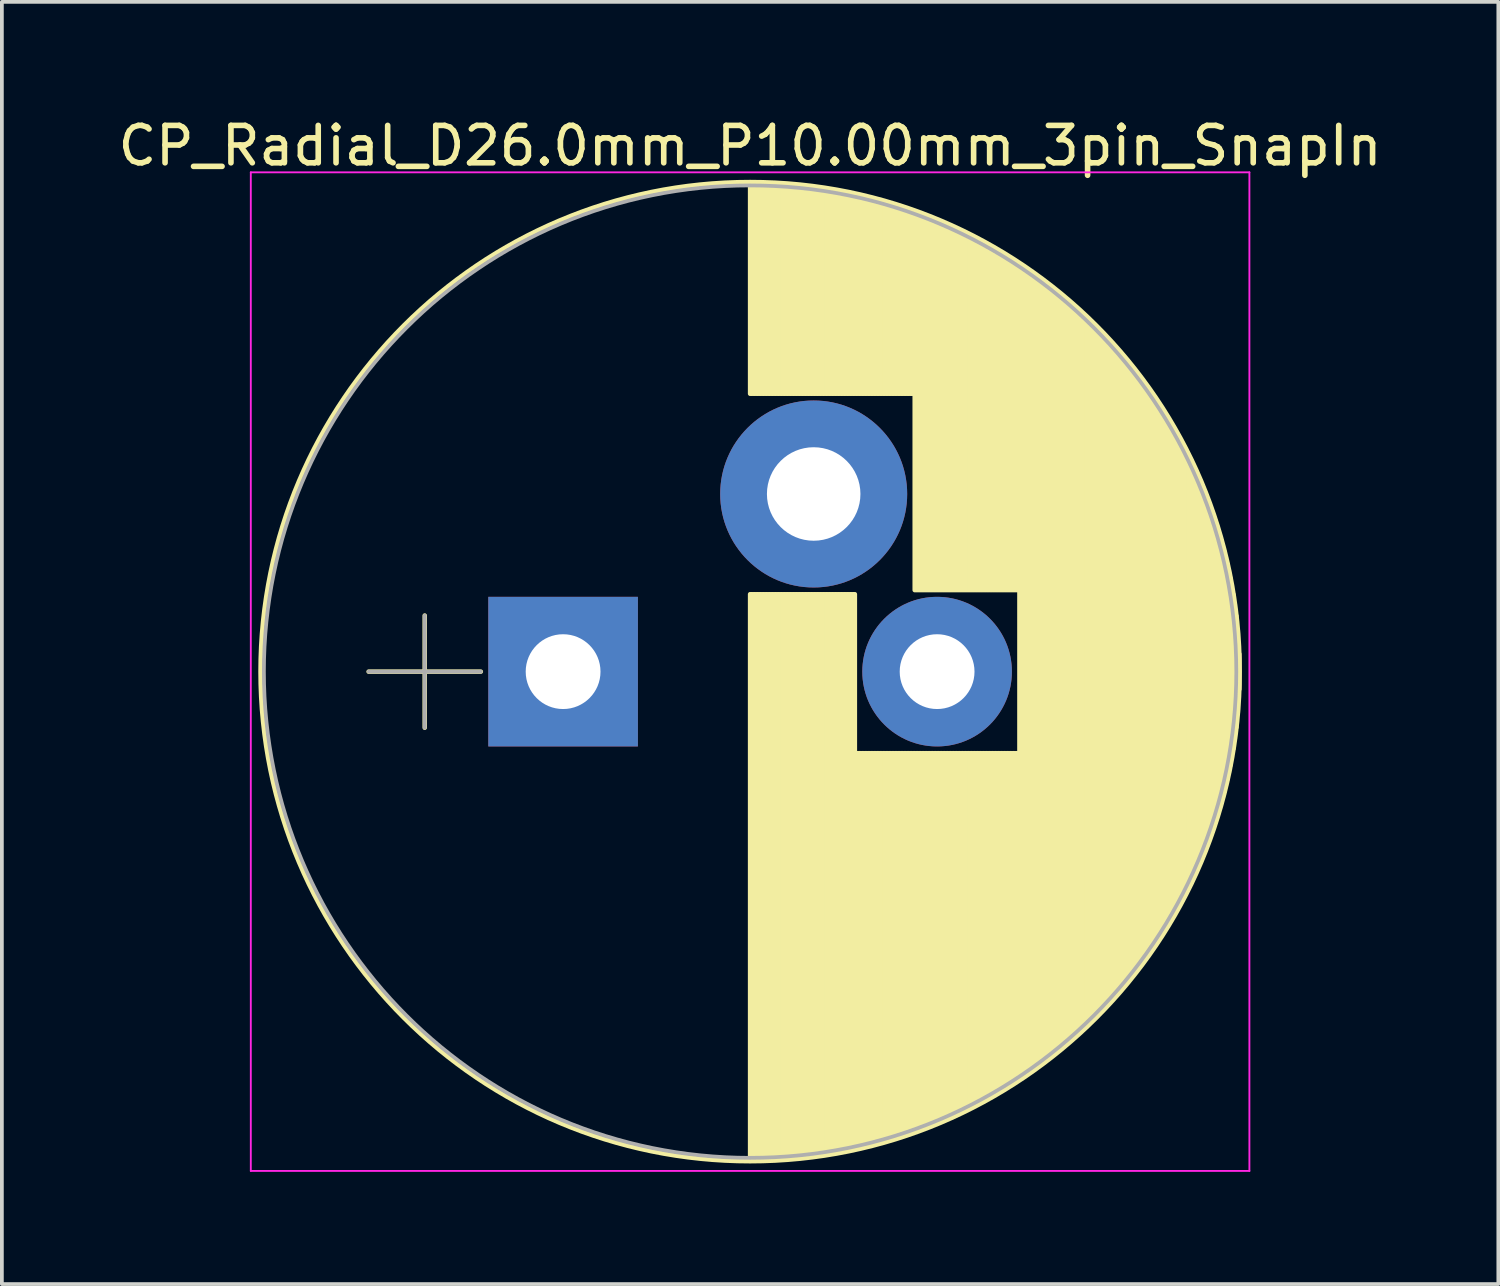
<source format=kicad_pcb>
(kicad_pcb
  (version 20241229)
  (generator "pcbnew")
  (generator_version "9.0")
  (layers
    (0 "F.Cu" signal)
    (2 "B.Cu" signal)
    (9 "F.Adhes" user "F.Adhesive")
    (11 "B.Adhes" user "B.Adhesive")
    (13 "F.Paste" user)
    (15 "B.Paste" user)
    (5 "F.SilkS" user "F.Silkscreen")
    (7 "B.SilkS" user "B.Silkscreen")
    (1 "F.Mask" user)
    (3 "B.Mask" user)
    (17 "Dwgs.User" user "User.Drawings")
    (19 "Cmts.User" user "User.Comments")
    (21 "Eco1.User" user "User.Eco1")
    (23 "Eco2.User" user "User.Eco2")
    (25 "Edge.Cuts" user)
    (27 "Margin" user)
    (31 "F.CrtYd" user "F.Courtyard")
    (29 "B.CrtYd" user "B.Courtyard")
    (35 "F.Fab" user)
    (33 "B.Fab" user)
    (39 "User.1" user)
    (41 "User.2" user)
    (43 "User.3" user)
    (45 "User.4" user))
  (footprint "CP_Radial_D26.0mm_P10.00mm_3pin_SnapIn"
    (layer "F.Cu")
    (at 12.006 14.908)
    (property "Reference" "CP_Radial_D26.0mm_P10.00mm_3pin_SnapIn" (at 5 -14.06 0) (layer "F.SilkS") (effects (font (size 1 1) (thickness 0.15))))
    (attr through_hole)
    (fp_line (start -5.2 0) (end -2.2 0) (stroke (width 0.12) (type solid)) (layer "F.SilkS"))
    (fp_line (start -3.7 -1.5) (end -3.7 1.5) (stroke (width 0.12) (type solid)) (layer "F.SilkS"))
    (fp_line (start 5 -13.05) (end 5 -7.43) (stroke (width 0.12) (type solid)) (layer "F.SilkS"))
    (fp_line (start 5 -2.07) (end 5 13.05) (stroke (width 0.12) (type solid)) (layer "F.SilkS"))
    (fp_line (start 5.04 -13.05) (end 5.04 -7.43) (stroke (width 0.12) (type solid)) (layer "F.SilkS"))
    (fp_line (start 5.04 -2.07) (end 5.04 13.05) (stroke (width 0.12) (type solid)) (layer "F.SilkS"))
    (fp_line (start 5.08 -13.05) (end 5.08 -7.43) (stroke (width 0.12) (type solid)) (layer "F.SilkS"))
    (fp_line (start 5.08 -2.07) (end 5.08 13.05) (stroke (width 0.12) (type solid)) (layer "F.SilkS"))
    (fp_line (start 5.12 -13.05) (end 5.12 -7.43) (stroke (width 0.12) (type solid)) (layer "F.SilkS"))
    (fp_line (start 5.12 -2.07) (end 5.12 13.05) (stroke (width 0.12) (type solid)) (layer "F.SilkS"))
    (fp_line (start 5.16 -13.05) (end 5.16 -7.43) (stroke (width 0.12) (type solid)) (layer "F.SilkS"))
    (fp_line (start 5.16 -2.07) (end 5.16 13.05) (stroke (width 0.12) (type solid)) (layer "F.SilkS"))
    (fp_line (start 5.2 -13.049) (end 5.2 -7.43) (stroke (width 0.12) (type solid)) (layer "F.SilkS"))
    (fp_line (start 5.2 -2.07) (end 5.2 13.049) (stroke (width 0.12) (type solid)) (layer "F.SilkS"))
    (fp_line (start 5.24 -13.048) (end 5.24 -7.43) (stroke (width 0.12) (type solid)) (layer "F.SilkS"))
    (fp_line (start 5.24 -2.07) (end 5.24 13.048) (stroke (width 0.12) (type solid)) (layer "F.SilkS"))
    (fp_line (start 5.28 -13.048) (end 5.28 -7.43) (stroke (width 0.12) (type solid)) (layer "F.SilkS"))
    (fp_line (start 5.28 -2.07) (end 5.28 13.048) (stroke (width 0.12) (type solid)) (layer "F.SilkS"))
    (fp_line (start 5.32 -13.047) (end 5.32 -7.43) (stroke (width 0.12) (type solid)) (layer "F.SilkS"))
    (fp_line (start 5.32 -2.07) (end 5.32 13.047) (stroke (width 0.12) (type solid)) (layer "F.SilkS"))
    (fp_line (start 5.36 -13.046) (end 5.36 -7.43) (stroke (width 0.12) (type solid)) (layer "F.SilkS"))
    (fp_line (start 5.36 -2.07) (end 5.36 13.046) (stroke (width 0.12) (type solid)) (layer "F.SilkS"))
    (fp_line (start 5.4 -13.044) (end 5.4 -7.43) (stroke (width 0.12) (type solid)) (layer "F.SilkS"))
    (fp_line (start 5.4 -2.07) (end 5.4 13.044) (stroke (width 0.12) (type solid)) (layer "F.SilkS"))
    (fp_line (start 5.44 -13.043) (end 5.44 -7.43) (stroke (width 0.12) (type solid)) (layer "F.SilkS"))
    (fp_line (start 5.44 -2.07) (end 5.44 13.043) (stroke (width 0.12) (type solid)) (layer "F.SilkS"))
    (fp_line (start 5.48 -13.042) (end 5.48 -7.43) (stroke (width 0.12) (type solid)) (layer "F.SilkS"))
    (fp_line (start 5.48 -2.07) (end 5.48 13.042) (stroke (width 0.12) (type solid)) (layer "F.SilkS"))
    (fp_line (start 5.52 -13.04) (end 5.52 -7.43) (stroke (width 0.12) (type solid)) (layer "F.SilkS"))
    (fp_line (start 5.52 -2.07) (end 5.52 13.04) (stroke (width 0.12) (type solid)) (layer "F.SilkS"))
    (fp_line (start 5.56 -13.039) (end 5.56 -7.43) (stroke (width 0.12) (type solid)) (layer "F.SilkS"))
    (fp_line (start 5.56 -2.07) (end 5.56 13.039) (stroke (width 0.12) (type solid)) (layer "F.SilkS"))
    (fp_line (start 5.6 -13.037) (end 5.6 -7.43) (stroke (width 0.12) (type solid)) (layer "F.SilkS"))
    (fp_line (start 5.6 -2.07) (end 5.6 13.037) (stroke (width 0.12) (type solid)) (layer "F.SilkS"))
    (fp_line (start 5.64 -13.035) (end 5.64 -7.43) (stroke (width 0.12) (type solid)) (layer "F.SilkS"))
    (fp_line (start 5.64 -2.07) (end 5.64 13.035) (stroke (width 0.12) (type solid)) (layer "F.SilkS"))
    (fp_line (start 5.68 -13.033) (end 5.68 -7.43) (stroke (width 0.12) (type solid)) (layer "F.SilkS"))
    (fp_line (start 5.68 -2.07) (end 5.68 13.033) (stroke (width 0.12) (type solid)) (layer "F.SilkS"))
    (fp_line (start 5.721 -13.031) (end 5.721 -7.43) (stroke (width 0.12) (type solid)) (layer "F.SilkS"))
    (fp_line (start 5.721 -2.07) (end 5.721 13.031) (stroke (width 0.12) (type solid)) (layer "F.SilkS"))
    (fp_line (start 5.761 -13.028) (end 5.761 -7.43) (stroke (width 0.12) (type solid)) (layer "F.SilkS"))
    (fp_line (start 5.761 -2.07) (end 5.761 13.028) (stroke (width 0.12) (type solid)) (layer "F.SilkS"))
    (fp_line (start 5.801 -13.026) (end 5.801 -7.43) (stroke (width 0.12) (type solid)) (layer "F.SilkS"))
    (fp_line (start 5.801 -2.07) (end 5.801 13.026) (stroke (width 0.12) (type solid)) (layer "F.SilkS"))
    (fp_line (start 5.841 -13.024) (end 5.841 -7.43) (stroke (width 0.12) (type solid)) (layer "F.SilkS"))
    (fp_line (start 5.841 -2.07) (end 5.841 13.024) (stroke (width 0.12) (type solid)) (layer "F.SilkS"))
    (fp_line (start 5.881 -13.021) (end 5.881 -7.43) (stroke (width 0.12) (type solid)) (layer "F.SilkS"))
    (fp_line (start 5.881 -2.07) (end 5.881 13.021) (stroke (width 0.12) (type solid)) (layer "F.SilkS"))
    (fp_line (start 5.921 -13.018) (end 5.921 -7.43) (stroke (width 0.12) (type solid)) (layer "F.SilkS"))
    (fp_line (start 5.921 -2.07) (end 5.921 13.018) (stroke (width 0.12) (type solid)) (layer "F.SilkS"))
    (fp_line (start 5.961 -13.015) (end 5.961 -7.43) (stroke (width 0.12) (type solid)) (layer "F.SilkS"))
    (fp_line (start 5.961 -2.07) (end 5.961 13.015) (stroke (width 0.12) (type solid)) (layer "F.SilkS"))
    (fp_line (start 6.001 -13.012) (end 6.001 -7.43) (stroke (width 0.12) (type solid)) (layer "F.SilkS"))
    (fp_line (start 6.001 -2.07) (end 6.001 13.012) (stroke (width 0.12) (type solid)) (layer "F.SilkS"))
    (fp_line (start 6.041 -13.009) (end 6.041 -7.43) (stroke (width 0.12) (type solid)) (layer "F.SilkS"))
    (fp_line (start 6.041 -2.07) (end 6.041 13.009) (stroke (width 0.12) (type solid)) (layer "F.SilkS"))
    (fp_line (start 6.081 -13.006) (end 6.081 -7.43) (stroke (width 0.12) (type solid)) (layer "F.SilkS"))
    (fp_line (start 6.081 -2.07) (end 6.081 13.006) (stroke (width 0.12) (type solid)) (layer "F.SilkS"))
    (fp_line (start 6.121 -13.002) (end 6.121 -7.43) (stroke (width 0.12) (type solid)) (layer "F.SilkS"))
    (fp_line (start 6.121 -2.07) (end 6.121 13.002) (stroke (width 0.12) (type solid)) (layer "F.SilkS"))
    (fp_line (start 6.161 -12.999) (end 6.161 -7.43) (stroke (width 0.12) (type solid)) (layer "F.SilkS"))
    (fp_line (start 6.161 -2.07) (end 6.161 12.999) (stroke (width 0.12) (type solid)) (layer "F.SilkS"))
    (fp_line (start 6.201 -12.995) (end 6.201 -7.43) (stroke (width 0.12) (type solid)) (layer "F.SilkS"))
    (fp_line (start 6.201 -2.07) (end 6.201 12.995) (stroke (width 0.12) (type solid)) (layer "F.SilkS"))
    (fp_line (start 6.241 -12.992) (end 6.241 -7.43) (stroke (width 0.12) (type solid)) (layer "F.SilkS"))
    (fp_line (start 6.241 -2.07) (end 6.241 12.992) (stroke (width 0.12) (type solid)) (layer "F.SilkS"))
    (fp_line (start 6.281 -12.988) (end 6.281 -7.43) (stroke (width 0.12) (type solid)) (layer "F.SilkS"))
    (fp_line (start 6.281 -2.07) (end 6.281 12.988) (stroke (width 0.12) (type solid)) (layer "F.SilkS"))
    (fp_line (start 6.321 -12.984) (end 6.321 -7.43) (stroke (width 0.12) (type solid)) (layer "F.SilkS"))
    (fp_line (start 6.321 -2.07) (end 6.321 12.984) (stroke (width 0.12) (type solid)) (layer "F.SilkS"))
    (fp_line (start 6.361 -12.98) (end 6.361 -7.43) (stroke (width 0.12) (type solid)) (layer "F.SilkS"))
    (fp_line (start 6.361 -2.07) (end 6.361 12.98) (stroke (width 0.12) (type solid)) (layer "F.SilkS"))
    (fp_line (start 6.401 -12.975) (end 6.401 -7.43) (stroke (width 0.12) (type solid)) (layer "F.SilkS"))
    (fp_line (start 6.401 -2.07) (end 6.401 12.975) (stroke (width 0.12) (type solid)) (layer "F.SilkS"))
    (fp_line (start 6.441 -12.971) (end 6.441 -7.43) (stroke (width 0.12) (type solid)) (layer "F.SilkS"))
    (fp_line (start 6.441 -2.07) (end 6.441 12.971) (stroke (width 0.12) (type solid)) (layer "F.SilkS"))
    (fp_line (start 6.481 -12.967) (end 6.481 -7.43) (stroke (width 0.12) (type solid)) (layer "F.SilkS"))
    (fp_line (start 6.481 -2.07) (end 6.481 12.967) (stroke (width 0.12) (type solid)) (layer "F.SilkS"))
    (fp_line (start 6.521 -12.962) (end 6.521 -7.43) (stroke (width 0.12) (type solid)) (layer "F.SilkS"))
    (fp_line (start 6.521 -2.07) (end 6.521 12.962) (stroke (width 0.12) (type solid)) (layer "F.SilkS"))
    (fp_line (start 6.561 -12.957) (end 6.561 -7.43) (stroke (width 0.12) (type solid)) (layer "F.SilkS"))
    (fp_line (start 6.561 -2.07) (end 6.561 12.957) (stroke (width 0.12) (type solid)) (layer "F.SilkS"))
    (fp_line (start 6.601 -12.952) (end 6.601 -7.43) (stroke (width 0.12) (type solid)) (layer "F.SilkS"))
    (fp_line (start 6.601 -2.07) (end 6.601 12.952) (stroke (width 0.12) (type solid)) (layer "F.SilkS"))
    (fp_line (start 6.641 -12.947) (end 6.641 -7.43) (stroke (width 0.12) (type solid)) (layer "F.SilkS"))
    (fp_line (start 6.641 -2.07) (end 6.641 12.947) (stroke (width 0.12) (type solid)) (layer "F.SilkS"))
    (fp_line (start 6.681 -12.942) (end 6.681 -7.43) (stroke (width 0.12) (type solid)) (layer "F.SilkS"))
    (fp_line (start 6.681 -2.07) (end 6.681 12.942) (stroke (width 0.12) (type solid)) (layer "F.SilkS"))
    (fp_line (start 6.721 -12.937) (end 6.721 -7.43) (stroke (width 0.12) (type solid)) (layer "F.SilkS"))
    (fp_line (start 6.721 -2.07) (end 6.721 12.937) (stroke (width 0.12) (type solid)) (layer "F.SilkS"))
    (fp_line (start 6.761 -12.932) (end 6.761 -7.43) (stroke (width 0.12) (type solid)) (layer "F.SilkS"))
    (fp_line (start 6.761 -2.07) (end 6.761 12.932) (stroke (width 0.12) (type solid)) (layer "F.SilkS"))
    (fp_line (start 6.801 -12.926) (end 6.801 -7.43) (stroke (width 0.12) (type solid)) (layer "F.SilkS"))
    (fp_line (start 6.801 -2.07) (end 6.801 12.926) (stroke (width 0.12) (type solid)) (layer "F.SilkS"))
    (fp_line (start 6.841 -12.921) (end 6.841 -7.43) (stroke (width 0.12) (type solid)) (layer "F.SilkS"))
    (fp_line (start 6.841 -2.07) (end 6.841 12.921) (stroke (width 0.12) (type solid)) (layer "F.SilkS"))
    (fp_line (start 6.881 -12.915) (end 6.881 -7.43) (stroke (width 0.12) (type solid)) (layer "F.SilkS"))
    (fp_line (start 6.881 -2.07) (end 6.881 12.915) (stroke (width 0.12) (type solid)) (layer "F.SilkS"))
    (fp_line (start 6.921 -12.909) (end 6.921 -7.43) (stroke (width 0.12) (type solid)) (layer "F.SilkS"))
    (fp_line (start 6.921 -2.07) (end 6.921 12.909) (stroke (width 0.12) (type solid)) (layer "F.SilkS"))
    (fp_line (start 6.961 -12.903) (end 6.961 -7.43) (stroke (width 0.12) (type solid)) (layer "F.SilkS"))
    (fp_line (start 6.961 -2.07) (end 6.961 12.903) (stroke (width 0.12) (type solid)) (layer "F.SilkS"))
    (fp_line (start 7.001 -12.897) (end 7.001 -7.43) (stroke (width 0.12) (type solid)) (layer "F.SilkS"))
    (fp_line (start 7.001 -2.07) (end 7.001 12.897) (stroke (width 0.12) (type solid)) (layer "F.SilkS"))
    (fp_line (start 7.041 -12.891) (end 7.041 -7.43) (stroke (width 0.12) (type solid)) (layer "F.SilkS"))
    (fp_line (start 7.041 -2.07) (end 7.041 12.891) (stroke (width 0.12) (type solid)) (layer "F.SilkS"))
    (fp_line (start 7.081 -12.884) (end 7.081 -7.43) (stroke (width 0.12) (type solid)) (layer "F.SilkS"))
    (fp_line (start 7.081 -2.07) (end 7.081 12.884) (stroke (width 0.12) (type solid)) (layer "F.SilkS"))
    (fp_line (start 7.121 -12.878) (end 7.121 -7.43) (stroke (width 0.12) (type solid)) (layer "F.SilkS"))
    (fp_line (start 7.121 -2.07) (end 7.121 12.878) (stroke (width 0.12) (type solid)) (layer "F.SilkS"))
    (fp_line (start 7.161 -12.871) (end 7.161 -7.43) (stroke (width 0.12) (type solid)) (layer "F.SilkS"))
    (fp_line (start 7.161 -2.07) (end 7.161 12.871) (stroke (width 0.12) (type solid)) (layer "F.SilkS"))
    (fp_line (start 7.201 -12.864) (end 7.201 -7.43) (stroke (width 0.12) (type solid)) (layer "F.SilkS"))
    (fp_line (start 7.201 -2.07) (end 7.201 12.864) (stroke (width 0.12) (type solid)) (layer "F.SilkS"))
    (fp_line (start 7.241 -12.857) (end 7.241 -7.43) (stroke (width 0.12) (type solid)) (layer "F.SilkS"))
    (fp_line (start 7.241 -2.07) (end 7.241 12.857) (stroke (width 0.12) (type solid)) (layer "F.SilkS"))
    (fp_line (start 7.281 -12.85) (end 7.281 -7.43) (stroke (width 0.12) (type solid)) (layer "F.SilkS"))
    (fp_line (start 7.281 -2.07) (end 7.281 12.85) (stroke (width 0.12) (type solid)) (layer "F.SilkS"))
    (fp_line (start 7.321 -12.843) (end 7.321 -7.43) (stroke (width 0.12) (type solid)) (layer "F.SilkS"))
    (fp_line (start 7.321 -2.07) (end 7.321 12.843) (stroke (width 0.12) (type solid)) (layer "F.SilkS"))
    (fp_line (start 7.361 -12.836) (end 7.361 -7.43) (stroke (width 0.12) (type solid)) (layer "F.SilkS"))
    (fp_line (start 7.361 -2.07) (end 7.361 12.836) (stroke (width 0.12) (type solid)) (layer "F.SilkS"))
    (fp_line (start 7.401 -12.829) (end 7.401 -7.43) (stroke (width 0.12) (type solid)) (layer "F.SilkS"))
    (fp_line (start 7.401 -2.07) (end 7.401 12.829) (stroke (width 0.12) (type solid)) (layer "F.SilkS"))
    (fp_line (start 7.441 -12.821) (end 7.441 -7.43) (stroke (width 0.12) (type solid)) (layer "F.SilkS"))
    (fp_line (start 7.441 -2.07) (end 7.441 12.821) (stroke (width 0.12) (type solid)) (layer "F.SilkS"))
    (fp_line (start 7.481 -12.813) (end 7.481 -7.43) (stroke (width 0.12) (type solid)) (layer "F.SilkS"))
    (fp_line (start 7.481 -2.07) (end 7.481 12.813) (stroke (width 0.12) (type solid)) (layer "F.SilkS"))
    (fp_line (start 7.521 -12.806) (end 7.521 -7.43) (stroke (width 0.12) (type solid)) (layer "F.SilkS"))
    (fp_line (start 7.521 -2.07) (end 7.521 12.806) (stroke (width 0.12) (type solid)) (layer "F.SilkS"))
    (fp_line (start 7.561 -12.798) (end 7.561 -7.43) (stroke (width 0.12) (type solid)) (layer "F.SilkS"))
    (fp_line (start 7.561 -2.07) (end 7.561 12.798) (stroke (width 0.12) (type solid)) (layer "F.SilkS"))
    (fp_line (start 7.601 -12.79) (end 7.601 -7.43) (stroke (width 0.12) (type solid)) (layer "F.SilkS"))
    (fp_line (start 7.601 -2.07) (end 7.601 12.79) (stroke (width 0.12) (type solid)) (layer "F.SilkS"))
    (fp_line (start 7.641 -12.782) (end 7.641 -7.43) (stroke (width 0.12) (type solid)) (layer "F.SilkS"))
    (fp_line (start 7.641 -2.07) (end 7.641 12.782) (stroke (width 0.12) (type solid)) (layer "F.SilkS"))
    (fp_line (start 7.681 -12.773) (end 7.681 -7.43) (stroke (width 0.12) (type solid)) (layer "F.SilkS"))
    (fp_line (start 7.681 -2.07) (end 7.681 12.773) (stroke (width 0.12) (type solid)) (layer "F.SilkS"))
    (fp_line (start 7.721 -12.765) (end 7.721 -7.43) (stroke (width 0.12) (type solid)) (layer "F.SilkS"))
    (fp_line (start 7.721 -2.07) (end 7.721 12.765) (stroke (width 0.12) (type solid)) (layer "F.SilkS"))
    (fp_line (start 7.761 -12.756) (end 7.761 -7.43) (stroke (width 0.12) (type solid)) (layer "F.SilkS"))
    (fp_line (start 7.761 -2.07) (end 7.761 12.756) (stroke (width 0.12) (type solid)) (layer "F.SilkS"))
    (fp_line (start 7.801 -12.748) (end 7.801 -7.43) (stroke (width 0.12) (type solid)) (layer "F.SilkS"))
    (fp_line (start 7.801 -2.07) (end 7.801 12.748) (stroke (width 0.12) (type solid)) (layer "F.SilkS"))
    (fp_line (start 7.841 -12.739) (end 7.841 -7.43) (stroke (width 0.12) (type solid)) (layer "F.SilkS"))
    (fp_line (start 7.841 2.18) (end 7.841 12.739) (stroke (width 0.12) (type solid)) (layer "F.SilkS"))
    (fp_line (start 7.881 -12.73) (end 7.881 -7.43) (stroke (width 0.12) (type solid)) (layer "F.SilkS"))
    (fp_line (start 7.881 2.18) (end 7.881 12.73) (stroke (width 0.12) (type solid)) (layer "F.SilkS"))
    (fp_line (start 7.921 -12.721) (end 7.921 -7.43) (stroke (width 0.12) (type solid)) (layer "F.SilkS"))
    (fp_line (start 7.921 2.18) (end 7.921 12.721) (stroke (width 0.12) (type solid)) (layer "F.SilkS"))
    (fp_line (start 7.961 -12.711) (end 7.961 -7.43) (stroke (width 0.12) (type solid)) (layer "F.SilkS"))
    (fp_line (start 7.961 2.18) (end 7.961 12.711) (stroke (width 0.12) (type solid)) (layer "F.SilkS"))
    (fp_line (start 8.001 -12.702) (end 8.001 -7.43) (stroke (width 0.12) (type solid)) (layer "F.SilkS"))
    (fp_line (start 8.001 2.18) (end 8.001 12.702) (stroke (width 0.12) (type solid)) (layer "F.SilkS"))
    (fp_line (start 8.041 -12.693) (end 8.041 -7.43) (stroke (width 0.12) (type solid)) (layer "F.SilkS"))
    (fp_line (start 8.041 2.18) (end 8.041 12.693) (stroke (width 0.12) (type solid)) (layer "F.SilkS"))
    (fp_line (start 8.081 -12.683) (end 8.081 -7.43) (stroke (width 0.12) (type solid)) (layer "F.SilkS"))
    (fp_line (start 8.081 2.18) (end 8.081 12.683) (stroke (width 0.12) (type solid)) (layer "F.SilkS"))
    (fp_line (start 8.121 -12.673) (end 8.121 -7.43) (stroke (width 0.12) (type solid)) (layer "F.SilkS"))
    (fp_line (start 8.121 2.18) (end 8.121 12.673) (stroke (width 0.12) (type solid)) (layer "F.SilkS"))
    (fp_line (start 8.161 -12.663) (end 8.161 -7.43) (stroke (width 0.12) (type solid)) (layer "F.SilkS"))
    (fp_line (start 8.161 2.18) (end 8.161 12.663) (stroke (width 0.12) (type solid)) (layer "F.SilkS"))
    (fp_line (start 8.201 -12.653) (end 8.201 -7.43) (stroke (width 0.12) (type solid)) (layer "F.SilkS"))
    (fp_line (start 8.201 2.18) (end 8.201 12.653) (stroke (width 0.12) (type solid)) (layer "F.SilkS"))
    (fp_line (start 8.241 -12.643) (end 8.241 -7.43) (stroke (width 0.12) (type solid)) (layer "F.SilkS"))
    (fp_line (start 8.241 2.18) (end 8.241 12.643) (stroke (width 0.12) (type solid)) (layer "F.SilkS"))
    (fp_line (start 8.281 -12.633) (end 8.281 -7.43) (stroke (width 0.12) (type solid)) (layer "F.SilkS"))
    (fp_line (start 8.281 2.18) (end 8.281 12.633) (stroke (width 0.12) (type solid)) (layer "F.SilkS"))
    (fp_line (start 8.321 -12.622) (end 8.321 -7.43) (stroke (width 0.12) (type solid)) (layer "F.SilkS"))
    (fp_line (start 8.321 2.18) (end 8.321 12.622) (stroke (width 0.12) (type solid)) (layer "F.SilkS"))
    (fp_line (start 8.361 -12.612) (end 8.361 -7.43) (stroke (width 0.12) (type solid)) (layer "F.SilkS"))
    (fp_line (start 8.361 2.18) (end 8.361 12.612) (stroke (width 0.12) (type solid)) (layer "F.SilkS"))
    (fp_line (start 8.401 -12.601) (end 8.401 -7.43) (stroke (width 0.12) (type solid)) (layer "F.SilkS"))
    (fp_line (start 8.401 2.18) (end 8.401 12.601) (stroke (width 0.12) (type solid)) (layer "F.SilkS"))
    (fp_line (start 8.441 -12.59) (end 8.441 -7.43) (stroke (width 0.12) (type solid)) (layer "F.SilkS"))
    (fp_line (start 8.441 2.18) (end 8.441 12.59) (stroke (width 0.12) (type solid)) (layer "F.SilkS"))
    (fp_line (start 8.481 -12.579) (end 8.481 -7.43) (stroke (width 0.12) (type solid)) (layer "F.SilkS"))
    (fp_line (start 8.481 2.18) (end 8.481 12.579) (stroke (width 0.12) (type solid)) (layer "F.SilkS"))
    (fp_line (start 8.521 -12.568) (end 8.521 -7.43) (stroke (width 0.12) (type solid)) (layer "F.SilkS"))
    (fp_line (start 8.521 2.18) (end 8.521 12.568) (stroke (width 0.12) (type solid)) (layer "F.SilkS"))
    (fp_line (start 8.561 -12.557) (end 8.561 -7.43) (stroke (width 0.12) (type solid)) (layer "F.SilkS"))
    (fp_line (start 8.561 2.18) (end 8.561 12.557) (stroke (width 0.12) (type solid)) (layer "F.SilkS"))
    (fp_line (start 8.601 -12.546) (end 8.601 -7.43) (stroke (width 0.12) (type solid)) (layer "F.SilkS"))
    (fp_line (start 8.601 2.18) (end 8.601 12.546) (stroke (width 0.12) (type solid)) (layer "F.SilkS"))
    (fp_line (start 8.641 -12.534) (end 8.641 -7.43) (stroke (width 0.12) (type solid)) (layer "F.SilkS"))
    (fp_line (start 8.641 2.18) (end 8.641 12.534) (stroke (width 0.12) (type solid)) (layer "F.SilkS"))
    (fp_line (start 8.681 -12.523) (end 8.681 -7.43) (stroke (width 0.12) (type solid)) (layer "F.SilkS"))
    (fp_line (start 8.681 2.18) (end 8.681 12.523) (stroke (width 0.12) (type solid)) (layer "F.SilkS"))
    (fp_line (start 8.721 -12.511) (end 8.721 -7.43) (stroke (width 0.12) (type solid)) (layer "F.SilkS"))
    (fp_line (start 8.721 2.18) (end 8.721 12.511) (stroke (width 0.12) (type solid)) (layer "F.SilkS"))
    (fp_line (start 8.761 -12.499) (end 8.761 -7.43) (stroke (width 0.12) (type solid)) (layer "F.SilkS"))
    (fp_line (start 8.761 2.18) (end 8.761 12.499) (stroke (width 0.12) (type solid)) (layer "F.SilkS"))
    (fp_line (start 8.801 -12.487) (end 8.801 -7.43) (stroke (width 0.12) (type solid)) (layer "F.SilkS"))
    (fp_line (start 8.801 2.18) (end 8.801 12.487) (stroke (width 0.12) (type solid)) (layer "F.SilkS"))
    (fp_line (start 8.841 -12.475) (end 8.841 -7.43) (stroke (width 0.12) (type solid)) (layer "F.SilkS"))
    (fp_line (start 8.841 2.18) (end 8.841 12.475) (stroke (width 0.12) (type solid)) (layer "F.SilkS"))
    (fp_line (start 8.881 -12.462) (end 8.881 -7.43) (stroke (width 0.12) (type solid)) (layer "F.SilkS"))
    (fp_line (start 8.881 2.18) (end 8.881 12.462) (stroke (width 0.12) (type solid)) (layer "F.SilkS"))
    (fp_line (start 8.921 -12.45) (end 8.921 -7.43) (stroke (width 0.12) (type solid)) (layer "F.SilkS"))
    (fp_line (start 8.921 2.18) (end 8.921 12.45) (stroke (width 0.12) (type solid)) (layer "F.SilkS"))
    (fp_line (start 8.961 -12.437) (end 8.961 -7.43) (stroke (width 0.12) (type solid)) (layer "F.SilkS"))
    (fp_line (start 8.961 2.18) (end 8.961 12.437) (stroke (width 0.12) (type solid)) (layer "F.SilkS"))
    (fp_line (start 9.001 -12.424) (end 9.001 -7.43) (stroke (width 0.12) (type solid)) (layer "F.SilkS"))
    (fp_line (start 9.001 2.18) (end 9.001 12.424) (stroke (width 0.12) (type solid)) (layer "F.SilkS"))
    (fp_line (start 9.041 -12.411) (end 9.041 -7.43) (stroke (width 0.12) (type solid)) (layer "F.SilkS"))
    (fp_line (start 9.041 2.18) (end 9.041 12.411) (stroke (width 0.12) (type solid)) (layer "F.SilkS"))
    (fp_line (start 9.081 -12.398) (end 9.081 -7.43) (stroke (width 0.12) (type solid)) (layer "F.SilkS"))
    (fp_line (start 9.081 2.18) (end 9.081 12.398) (stroke (width 0.12) (type solid)) (layer "F.SilkS"))
    (fp_line (start 9.121 -12.385) (end 9.121 -7.43) (stroke (width 0.12) (type solid)) (layer "F.SilkS"))
    (fp_line (start 9.121 2.18) (end 9.121 12.385) (stroke (width 0.12) (type solid)) (layer "F.SilkS"))
    (fp_line (start 9.161 -12.372) (end 9.161 -7.43) (stroke (width 0.12) (type solid)) (layer "F.SilkS"))
    (fp_line (start 9.161 2.18) (end 9.161 12.372) (stroke (width 0.12) (type solid)) (layer "F.SilkS"))
    (fp_line (start 9.201 -12.358) (end 9.201 -7.43) (stroke (width 0.12) (type solid)) (layer "F.SilkS"))
    (fp_line (start 9.201 2.18) (end 9.201 12.358) (stroke (width 0.12) (type solid)) (layer "F.SilkS"))
    (fp_line (start 9.241 -12.345) (end 9.241 -7.43) (stroke (width 0.12) (type solid)) (layer "F.SilkS"))
    (fp_line (start 9.241 2.18) (end 9.241 12.345) (stroke (width 0.12) (type solid)) (layer "F.SilkS"))
    (fp_line (start 9.281 -12.331) (end 9.281 -7.43) (stroke (width 0.12) (type solid)) (layer "F.SilkS"))
    (fp_line (start 9.281 2.18) (end 9.281 12.331) (stroke (width 0.12) (type solid)) (layer "F.SilkS"))
    (fp_line (start 9.321 -12.317) (end 9.321 -7.43) (stroke (width 0.12) (type solid)) (layer "F.SilkS"))
    (fp_line (start 9.321 2.18) (end 9.321 12.317) (stroke (width 0.12) (type solid)) (layer "F.SilkS"))
    (fp_line (start 9.361 -12.303) (end 9.361 -7.43) (stroke (width 0.12) (type solid)) (layer "F.SilkS"))
    (fp_line (start 9.361 2.18) (end 9.361 12.303) (stroke (width 0.12) (type solid)) (layer "F.SilkS"))
    (fp_line (start 9.401 -12.289) (end 9.401 -2.18) (stroke (width 0.12) (type solid)) (layer "F.SilkS"))
    (fp_line (start 9.401 2.18) (end 9.401 12.289) (stroke (width 0.12) (type solid)) (layer "F.SilkS"))
    (fp_line (start 9.441 -12.274) (end 9.441 -2.18) (stroke (width 0.12) (type solid)) (layer "F.SilkS"))
    (fp_line (start 9.441 2.18) (end 9.441 12.274) (stroke (width 0.12) (type solid)) (layer "F.SilkS"))
    (fp_line (start 9.481 -12.26) (end 9.481 -2.18) (stroke (width 0.12) (type solid)) (layer "F.SilkS"))
    (fp_line (start 9.481 2.18) (end 9.481 12.26) (stroke (width 0.12) (type solid)) (layer "F.SilkS"))
    (fp_line (start 9.521 -12.245) (end 9.521 -2.18) (stroke (width 0.12) (type solid)) (layer "F.SilkS"))
    (fp_line (start 9.521 2.18) (end 9.521 12.245) (stroke (width 0.12) (type solid)) (layer "F.SilkS"))
    (fp_line (start 9.561 -12.231) (end 9.561 -2.18) (stroke (width 0.12) (type solid)) (layer "F.SilkS"))
    (fp_line (start 9.561 2.18) (end 9.561 12.231) (stroke (width 0.12) (type solid)) (layer "F.SilkS"))
    (fp_line (start 9.601 -12.216) (end 9.601 -2.18) (stroke (width 0.12) (type solid)) (layer "F.SilkS"))
    (fp_line (start 9.601 2.18) (end 9.601 12.216) (stroke (width 0.12) (type solid)) (layer "F.SilkS"))
    (fp_line (start 9.641 -12.201) (end 9.641 -2.18) (stroke (width 0.12) (type solid)) (layer "F.SilkS"))
    (fp_line (start 9.641 2.18) (end 9.641 12.201) (stroke (width 0.12) (type solid)) (layer "F.SilkS"))
    (fp_line (start 9.681 -12.185) (end 9.681 -2.18) (stroke (width 0.12) (type solid)) (layer "F.SilkS"))
    (fp_line (start 9.681 2.18) (end 9.681 12.185) (stroke (width 0.12) (type solid)) (layer "F.SilkS"))
    (fp_line (start 9.721 -12.17) (end 9.721 -2.18) (stroke (width 0.12) (type solid)) (layer "F.SilkS"))
    (fp_line (start 9.721 2.18) (end 9.721 12.17) (stroke (width 0.12) (type solid)) (layer "F.SilkS"))
    (fp_line (start 9.761 -12.154) (end 9.761 -2.18) (stroke (width 0.12) (type solid)) (layer "F.SilkS"))
    (fp_line (start 9.761 2.18) (end 9.761 12.154) (stroke (width 0.12) (type solid)) (layer "F.SilkS"))
    (fp_line (start 9.801 -12.139) (end 9.801 -2.18) (stroke (width 0.12) (type solid)) (layer "F.SilkS"))
    (fp_line (start 9.801 2.18) (end 9.801 12.139) (stroke (width 0.12) (type solid)) (layer "F.SilkS"))
    (fp_line (start 9.841 -12.123) (end 9.841 -2.18) (stroke (width 0.12) (type solid)) (layer "F.SilkS"))
    (fp_line (start 9.841 2.18) (end 9.841 12.123) (stroke (width 0.12) (type solid)) (layer "F.SilkS"))
    (fp_line (start 9.881 -12.107) (end 9.881 -2.18) (stroke (width 0.12) (type solid)) (layer "F.SilkS"))
    (fp_line (start 9.881 2.18) (end 9.881 12.107) (stroke (width 0.12) (type solid)) (layer "F.SilkS"))
    (fp_line (start 9.921 -12.091) (end 9.921 -2.18) (stroke (width 0.12) (type solid)) (layer "F.SilkS"))
    (fp_line (start 9.921 2.18) (end 9.921 12.091) (stroke (width 0.12) (type solid)) (layer "F.SilkS"))
    (fp_line (start 9.961 -12.074) (end 9.961 -2.18) (stroke (width 0.12) (type solid)) (layer "F.SilkS"))
    (fp_line (start 9.961 2.18) (end 9.961 12.074) (stroke (width 0.12) (type solid)) (layer "F.SilkS"))
    (fp_line (start 10.001 -12.058) (end 10.001 -2.18) (stroke (width 0.12) (type solid)) (layer "F.SilkS"))
    (fp_line (start 10.001 2.18) (end 10.001 12.058) (stroke (width 0.12) (type solid)) (layer "F.SilkS"))
    (fp_line (start 10.041 -12.041) (end 10.041 -2.18) (stroke (width 0.12) (type solid)) (layer "F.SilkS"))
    (fp_line (start 10.041 2.18) (end 10.041 12.041) (stroke (width 0.12) (type solid)) (layer "F.SilkS"))
    (fp_line (start 10.081 -12.025) (end 10.081 -2.18) (stroke (width 0.12) (type solid)) (layer "F.SilkS"))
    (fp_line (start 10.081 2.18) (end 10.081 12.025) (stroke (width 0.12) (type solid)) (layer "F.SilkS"))
    (fp_line (start 10.121 -12.008) (end 10.121 -2.18) (stroke (width 0.12) (type solid)) (layer "F.SilkS"))
    (fp_line (start 10.121 2.18) (end 10.121 12.008) (stroke (width 0.12) (type solid)) (layer "F.SilkS"))
    (fp_line (start 10.161 -11.991) (end 10.161 -2.18) (stroke (width 0.12) (type solid)) (layer "F.SilkS"))
    (fp_line (start 10.161 2.18) (end 10.161 11.991) (stroke (width 0.12) (type solid)) (layer "F.SilkS"))
    (fp_line (start 10.201 -11.973) (end 10.201 -2.18) (stroke (width 0.12) (type solid)) (layer "F.SilkS"))
    (fp_line (start 10.201 2.18) (end 10.201 11.973) (stroke (width 0.12) (type solid)) (layer "F.SilkS"))
    (fp_line (start 10.241 -11.956) (end 10.241 -2.18) (stroke (width 0.12) (type solid)) (layer "F.SilkS"))
    (fp_line (start 10.241 2.18) (end 10.241 11.956) (stroke (width 0.12) (type solid)) (layer "F.SilkS"))
    (fp_line (start 10.281 -11.938) (end 10.281 -2.18) (stroke (width 0.12) (type solid)) (layer "F.SilkS"))
    (fp_line (start 10.281 2.18) (end 10.281 11.938) (stroke (width 0.12) (type solid)) (layer "F.SilkS"))
    (fp_line (start 10.321 -11.921) (end 10.321 -2.18) (stroke (width 0.12) (type solid)) (layer "F.SilkS"))
    (fp_line (start 10.321 2.18) (end 10.321 11.921) (stroke (width 0.12) (type solid)) (layer "F.SilkS"))
    (fp_line (start 10.361 -11.903) (end 10.361 -2.18) (stroke (width 0.12) (type solid)) (layer "F.SilkS"))
    (fp_line (start 10.361 2.18) (end 10.361 11.903) (stroke (width 0.12) (type solid)) (layer "F.SilkS"))
    (fp_line (start 10.401 -11.885) (end 10.401 -2.18) (stroke (width 0.12) (type solid)) (layer "F.SilkS"))
    (fp_line (start 10.401 2.18) (end 10.401 11.885) (stroke (width 0.12) (type solid)) (layer "F.SilkS"))
    (fp_line (start 10.441 -11.867) (end 10.441 -2.18) (stroke (width 0.12) (type solid)) (layer "F.SilkS"))
    (fp_line (start 10.441 2.18) (end 10.441 11.867) (stroke (width 0.12) (type solid)) (layer "F.SilkS"))
    (fp_line (start 10.481 -11.848) (end 10.481 -2.18) (stroke (width 0.12) (type solid)) (layer "F.SilkS"))
    (fp_line (start 10.481 2.18) (end 10.481 11.848) (stroke (width 0.12) (type solid)) (layer "F.SilkS"))
    (fp_line (start 10.521 -11.83) (end 10.521 -2.18) (stroke (width 0.12) (type solid)) (layer "F.SilkS"))
    (fp_line (start 10.521 2.18) (end 10.521 11.83) (stroke (width 0.12) (type solid)) (layer "F.SilkS"))
    (fp_line (start 10.561 -11.811) (end 10.561 -2.18) (stroke (width 0.12) (type solid)) (layer "F.SilkS"))
    (fp_line (start 10.561 2.18) (end 10.561 11.811) (stroke (width 0.12) (type solid)) (layer "F.SilkS"))
    (fp_line (start 10.601 -11.792) (end 10.601 -2.18) (stroke (width 0.12) (type solid)) (layer "F.SilkS"))
    (fp_line (start 10.601 2.18) (end 10.601 11.792) (stroke (width 0.12) (type solid)) (layer "F.SilkS"))
    (fp_line (start 10.641 -11.773) (end 10.641 -2.18) (stroke (width 0.12) (type solid)) (layer "F.SilkS"))
    (fp_line (start 10.641 2.18) (end 10.641 11.773) (stroke (width 0.12) (type solid)) (layer "F.SilkS"))
    (fp_line (start 10.681 -11.754) (end 10.681 -2.18) (stroke (width 0.12) (type solid)) (layer "F.SilkS"))
    (fp_line (start 10.681 2.18) (end 10.681 11.754) (stroke (width 0.12) (type solid)) (layer "F.SilkS"))
    (fp_line (start 10.721 -11.735) (end 10.721 -2.18) (stroke (width 0.12) (type solid)) (layer "F.SilkS"))
    (fp_line (start 10.721 2.18) (end 10.721 11.735) (stroke (width 0.12) (type solid)) (layer "F.SilkS"))
    (fp_line (start 10.761 -11.715) (end 10.761 -2.18) (stroke (width 0.12) (type solid)) (layer "F.SilkS"))
    (fp_line (start 10.761 2.18) (end 10.761 11.715) (stroke (width 0.12) (type solid)) (layer "F.SilkS"))
    (fp_line (start 10.801 -11.695) (end 10.801 -2.18) (stroke (width 0.12) (type solid)) (layer "F.SilkS"))
    (fp_line (start 10.801 2.18) (end 10.801 11.695) (stroke (width 0.12) (type solid)) (layer "F.SilkS"))
    (fp_line (start 10.841 -11.676) (end 10.841 -2.18) (stroke (width 0.12) (type solid)) (layer "F.SilkS"))
    (fp_line (start 10.841 2.18) (end 10.841 11.676) (stroke (width 0.12) (type solid)) (layer "F.SilkS"))
    (fp_line (start 10.881 -11.656) (end 10.881 -2.18) (stroke (width 0.12) (type solid)) (layer "F.SilkS"))
    (fp_line (start 10.881 2.18) (end 10.881 11.656) (stroke (width 0.12) (type solid)) (layer "F.SilkS"))
    (fp_line (start 10.921 -11.635) (end 10.921 -2.18) (stroke (width 0.12) (type solid)) (layer "F.SilkS"))
    (fp_line (start 10.921 2.18) (end 10.921 11.635) (stroke (width 0.12) (type solid)) (layer "F.SilkS"))
    (fp_line (start 10.961 -11.615) (end 10.961 -2.18) (stroke (width 0.12) (type solid)) (layer "F.SilkS"))
    (fp_line (start 10.961 2.18) (end 10.961 11.615) (stroke (width 0.12) (type solid)) (layer "F.SilkS"))
    (fp_line (start 11.001 -11.594) (end 11.001 -2.18) (stroke (width 0.12) (type solid)) (layer "F.SilkS"))
    (fp_line (start 11.001 2.18) (end 11.001 11.594) (stroke (width 0.12) (type solid)) (layer "F.SilkS"))
    (fp_line (start 11.041 -11.574) (end 11.041 -2.18) (stroke (width 0.12) (type solid)) (layer "F.SilkS"))
    (fp_line (start 11.041 2.18) (end 11.041 11.574) (stroke (width 0.12) (type solid)) (layer "F.SilkS"))
    (fp_line (start 11.081 -11.553) (end 11.081 -2.18) (stroke (width 0.12) (type solid)) (layer "F.SilkS"))
    (fp_line (start 11.081 2.18) (end 11.081 11.553) (stroke (width 0.12) (type solid)) (layer "F.SilkS"))
    (fp_line (start 11.121 -11.532) (end 11.121 -2.18) (stroke (width 0.12) (type solid)) (layer "F.SilkS"))
    (fp_line (start 11.121 2.18) (end 11.121 11.532) (stroke (width 0.12) (type solid)) (layer "F.SilkS"))
    (fp_line (start 11.161 -11.51) (end 11.161 -2.18) (stroke (width 0.12) (type solid)) (layer "F.SilkS"))
    (fp_line (start 11.161 2.18) (end 11.161 11.51) (stroke (width 0.12) (type solid)) (layer "F.SilkS"))
    (fp_line (start 11.201 -11.489) (end 11.201 -2.18) (stroke (width 0.12) (type solid)) (layer "F.SilkS"))
    (fp_line (start 11.201 2.18) (end 11.201 11.489) (stroke (width 0.12) (type solid)) (layer "F.SilkS"))
    (fp_line (start 11.241 -11.467) (end 11.241 -2.18) (stroke (width 0.12) (type solid)) (layer "F.SilkS"))
    (fp_line (start 11.241 2.18) (end 11.241 11.467) (stroke (width 0.12) (type solid)) (layer "F.SilkS"))
    (fp_line (start 11.281 -11.446) (end 11.281 -2.18) (stroke (width 0.12) (type solid)) (layer "F.SilkS"))
    (fp_line (start 11.281 2.18) (end 11.281 11.446) (stroke (width 0.12) (type solid)) (layer "F.SilkS"))
    (fp_line (start 11.321 -11.424) (end 11.321 -2.18) (stroke (width 0.12) (type solid)) (layer "F.SilkS"))
    (fp_line (start 11.321 2.18) (end 11.321 11.424) (stroke (width 0.12) (type solid)) (layer "F.SilkS"))
    (fp_line (start 11.361 -11.402) (end 11.361 -2.18) (stroke (width 0.12) (type solid)) (layer "F.SilkS"))
    (fp_line (start 11.361 2.18) (end 11.361 11.402) (stroke (width 0.12) (type solid)) (layer "F.SilkS"))
    (fp_line (start 11.401 -11.379) (end 11.401 -2.18) (stroke (width 0.12) (type solid)) (layer "F.SilkS"))
    (fp_line (start 11.401 2.18) (end 11.401 11.379) (stroke (width 0.12) (type solid)) (layer "F.SilkS"))
    (fp_line (start 11.441 -11.357) (end 11.441 -2.18) (stroke (width 0.12) (type solid)) (layer "F.SilkS"))
    (fp_line (start 11.441 2.18) (end 11.441 11.357) (stroke (width 0.12) (type solid)) (layer "F.SilkS"))
    (fp_line (start 11.481 -11.334) (end 11.481 -2.18) (stroke (width 0.12) (type solid)) (layer "F.SilkS"))
    (fp_line (start 11.481 2.18) (end 11.481 11.334) (stroke (width 0.12) (type solid)) (layer "F.SilkS"))
    (fp_line (start 11.521 -11.311) (end 11.521 -2.18) (stroke (width 0.12) (type solid)) (layer "F.SilkS"))
    (fp_line (start 11.521 2.18) (end 11.521 11.311) (stroke (width 0.12) (type solid)) (layer "F.SilkS"))
    (fp_line (start 11.561 -11.288) (end 11.561 -2.18) (stroke (width 0.12) (type solid)) (layer "F.SilkS"))
    (fp_line (start 11.561 2.18) (end 11.561 11.288) (stroke (width 0.12) (type solid)) (layer "F.SilkS"))
    (fp_line (start 11.601 -11.265) (end 11.601 -2.18) (stroke (width 0.12) (type solid)) (layer "F.SilkS"))
    (fp_line (start 11.601 2.18) (end 11.601 11.265) (stroke (width 0.12) (type solid)) (layer "F.SilkS"))
    (fp_line (start 11.641 -11.241) (end 11.641 -2.18) (stroke (width 0.12) (type solid)) (layer "F.SilkS"))
    (fp_line (start 11.641 2.18) (end 11.641 11.241) (stroke (width 0.12) (type solid)) (layer "F.SilkS"))
    (fp_line (start 11.681 -11.218) (end 11.681 -2.18) (stroke (width 0.12) (type solid)) (layer "F.SilkS"))
    (fp_line (start 11.681 2.18) (end 11.681 11.218) (stroke (width 0.12) (type solid)) (layer "F.SilkS"))
    (fp_line (start 11.721 -11.194) (end 11.721 -2.18) (stroke (width 0.12) (type solid)) (layer "F.SilkS"))
    (fp_line (start 11.721 2.18) (end 11.721 11.194) (stroke (width 0.12) (type solid)) (layer "F.SilkS"))
    (fp_line (start 11.761 -11.17) (end 11.761 -2.18) (stroke (width 0.12) (type solid)) (layer "F.SilkS"))
    (fp_line (start 11.761 2.18) (end 11.761 11.17) (stroke (width 0.12) (type solid)) (layer "F.SilkS"))
    (fp_line (start 11.801 -11.146) (end 11.801 -2.18) (stroke (width 0.12) (type solid)) (layer "F.SilkS"))
    (fp_line (start 11.801 2.18) (end 11.801 11.146) (stroke (width 0.12) (type solid)) (layer "F.SilkS"))
    (fp_line (start 11.841 -11.121) (end 11.841 -2.18) (stroke (width 0.12) (type solid)) (layer "F.SilkS"))
    (fp_line (start 11.841 2.18) (end 11.841 11.121) (stroke (width 0.12) (type solid)) (layer "F.SilkS"))
    (fp_line (start 11.881 -11.097) (end 11.881 -2.18) (stroke (width 0.12) (type solid)) (layer "F.SilkS"))
    (fp_line (start 11.881 2.18) (end 11.881 11.097) (stroke (width 0.12) (type solid)) (layer "F.SilkS"))
    (fp_line (start 11.921 -11.072) (end 11.921 -2.18) (stroke (width 0.12) (type solid)) (layer "F.SilkS"))
    (fp_line (start 11.921 2.18) (end 11.921 11.072) (stroke (width 0.12) (type solid)) (layer "F.SilkS"))
    (fp_line (start 11.961 -11.047) (end 11.961 -2.18) (stroke (width 0.12) (type solid)) (layer "F.SilkS"))
    (fp_line (start 11.961 2.18) (end 11.961 11.047) (stroke (width 0.12) (type solid)) (layer "F.SilkS"))
    (fp_line (start 12.001 -11.022) (end 12.001 -2.18) (stroke (width 0.12) (type solid)) (layer "F.SilkS"))
    (fp_line (start 12.001 2.18) (end 12.001 11.022) (stroke (width 0.12) (type solid)) (layer "F.SilkS"))
    (fp_line (start 12.041 -10.996) (end 12.041 -2.18) (stroke (width 0.12) (type solid)) (layer "F.SilkS"))
    (fp_line (start 12.041 2.18) (end 12.041 10.996) (stroke (width 0.12) (type solid)) (layer "F.SilkS"))
    (fp_line (start 12.081 -10.971) (end 12.081 -2.18) (stroke (width 0.12) (type solid)) (layer "F.SilkS"))
    (fp_line (start 12.081 2.18) (end 12.081 10.971) (stroke (width 0.12) (type solid)) (layer "F.SilkS"))
    (fp_line (start 12.121 -10.945) (end 12.121 -2.18) (stroke (width 0.12) (type solid)) (layer "F.SilkS"))
    (fp_line (start 12.121 2.18) (end 12.121 10.945) (stroke (width 0.12) (type solid)) (layer "F.SilkS"))
    (fp_line (start 12.161 -10.919) (end 12.161 -2.18) (stroke (width 0.12) (type solid)) (layer "F.SilkS"))
    (fp_line (start 12.161 2.18) (end 12.161 10.919) (stroke (width 0.12) (type solid)) (layer "F.SilkS"))
    (fp_line (start 12.201 -10.892) (end 12.201 10.892) (stroke (width 0.12) (type solid)) (layer "F.SilkS"))
    (fp_line (start 12.241 -10.866) (end 12.241 10.866) (stroke (width 0.12) (type solid)) (layer "F.SilkS"))
    (fp_line (start 12.281 -10.839) (end 12.281 10.839) (stroke (width 0.12) (type solid)) (layer "F.SilkS"))
    (fp_line (start 12.321 -10.812) (end 12.321 10.812) (stroke (width 0.12) (type solid)) (layer "F.SilkS"))
    (fp_line (start 12.361 -10.785) (end 12.361 10.785) (stroke (width 0.12) (type solid)) (layer "F.SilkS"))
    (fp_line (start 12.401 -10.758) (end 12.401 10.758) (stroke (width 0.12) (type solid)) (layer "F.SilkS"))
    (fp_line (start 12.441 -10.731) (end 12.441 10.731) (stroke (width 0.12) (type solid)) (layer "F.SilkS"))
    (fp_line (start 12.481 -10.703) (end 12.481 10.703) (stroke (width 0.12) (type solid)) (layer "F.SilkS"))
    (fp_line (start 12.521 -10.675) (end 12.521 10.675) (stroke (width 0.12) (type solid)) (layer "F.SilkS"))
    (fp_line (start 12.561 -10.647) (end 12.561 10.647) (stroke (width 0.12) (type solid)) (layer "F.SilkS"))
    (fp_line (start 12.601 -10.618) (end 12.601 10.618) (stroke (width 0.12) (type solid)) (layer "F.SilkS"))
    (fp_line (start 12.641 -10.59) (end 12.641 10.59) (stroke (width 0.12) (type solid)) (layer "F.SilkS"))
    (fp_line (start 12.681 -10.561) (end 12.681 10.561) (stroke (width 0.12) (type solid)) (layer "F.SilkS"))
    (fp_line (start 12.721 -10.532) (end 12.721 10.532) (stroke (width 0.12) (type solid)) (layer "F.SilkS"))
    (fp_line (start 12.761 -10.502) (end 12.761 10.502) (stroke (width 0.12) (type solid)) (layer "F.SilkS"))
    (fp_line (start 12.801 -10.473) (end 12.801 10.473) (stroke (width 0.12) (type solid)) (layer "F.SilkS"))
    (fp_line (start 12.841 -10.443) (end 12.841 10.443) (stroke (width 0.12) (type solid)) (layer "F.SilkS"))
    (fp_line (start 12.881 -10.413) (end 12.881 10.413) (stroke (width 0.12) (type solid)) (layer "F.SilkS"))
    (fp_line (start 12.921 -10.383) (end 12.921 10.383) (stroke (width 0.12) (type solid)) (layer "F.SilkS"))
    (fp_line (start 12.961 -10.352) (end 12.961 10.352) (stroke (width 0.12) (type solid)) (layer "F.SilkS"))
    (fp_line (start 13.001 -10.321) (end 13.001 10.321) (stroke (width 0.12) (type solid)) (layer "F.SilkS"))
    (fp_line (start 13.041 -10.29) (end 13.041 10.29) (stroke (width 0.12) (type solid)) (layer "F.SilkS"))
    (fp_line (start 13.081 -10.259) (end 13.081 10.259) (stroke (width 0.12) (type solid)) (layer "F.SilkS"))
    (fp_line (start 13.121 -10.228) (end 13.121 10.228) (stroke (width 0.12) (type solid)) (layer "F.SilkS"))
    (fp_line (start 13.161 -10.196) (end 13.161 10.196) (stroke (width 0.12) (type solid)) (layer "F.SilkS"))
    (fp_line (start 13.2 -10.164) (end 13.2 10.164) (stroke (width 0.12) (type solid)) (layer "F.SilkS"))
    (fp_line (start 13.24 -10.132) (end 13.24 10.132) (stroke (width 0.12) (type solid)) (layer "F.SilkS"))
    (fp_line (start 13.28 -10.099) (end 13.28 10.099) (stroke (width 0.12) (type solid)) (layer "F.SilkS"))
    (fp_line (start 13.32 -10.066) (end 13.32 10.066) (stroke (width 0.12) (type solid)) (layer "F.SilkS"))
    (fp_line (start 13.36 -10.033) (end 13.36 10.033) (stroke (width 0.12) (type solid)) (layer "F.SilkS"))
    (fp_line (start 13.4 -10) (end 13.4 10) (stroke (width 0.12) (type solid)) (layer "F.SilkS"))
    (fp_line (start 13.44 -9.966) (end 13.44 9.966) (stroke (width 0.12) (type solid)) (layer "F.SilkS"))
    (fp_line (start 13.48 -9.932) (end 13.48 9.932) (stroke (width 0.12) (type solid)) (layer "F.SilkS"))
    (fp_line (start 13.52 -9.898) (end 13.52 9.898) (stroke (width 0.12) (type solid)) (layer "F.SilkS"))
    (fp_line (start 13.56 -9.864) (end 13.56 9.864) (stroke (width 0.12) (type solid)) (layer "F.SilkS"))
    (fp_line (start 13.6 -9.829) (end 13.6 9.829) (stroke (width 0.12) (type solid)) (layer "F.SilkS"))
    (fp_line (start 13.64 -9.794) (end 13.64 9.794) (stroke (width 0.12) (type solid)) (layer "F.SilkS"))
    (fp_line (start 13.68 -9.759) (end 13.68 9.759) (stroke (width 0.12) (type solid)) (layer "F.SilkS"))
    (fp_line (start 13.72 -9.723) (end 13.72 9.723) (stroke (width 0.12) (type solid)) (layer "F.SilkS"))
    (fp_line (start 13.76 -9.687) (end 13.76 9.687) (stroke (width 0.12) (type solid)) (layer "F.SilkS"))
    (fp_line (start 13.8 -9.651) (end 13.8 9.651) (stroke (width 0.12) (type solid)) (layer "F.SilkS"))
    (fp_line (start 13.84 -9.615) (end 13.84 9.615) (stroke (width 0.12) (type solid)) (layer "F.SilkS"))
    (fp_line (start 13.88 -9.578) (end 13.88 9.578) (stroke (width 0.12) (type solid)) (layer "F.SilkS"))
    (fp_line (start 13.92 -9.541) (end 13.92 9.541) (stroke (width 0.12) (type solid)) (layer "F.SilkS"))
    (fp_line (start 13.96 -9.503) (end 13.96 9.503) (stroke (width 0.12) (type solid)) (layer "F.SilkS"))
    (fp_line (start 14 -9.466) (end 14 9.466) (stroke (width 0.12) (type solid)) (layer "F.SilkS"))
    (fp_line (start 14.04 -9.428) (end 14.04 9.428) (stroke (width 0.12) (type solid)) (layer "F.SilkS"))
    (fp_line (start 14.08 -9.389) (end 14.08 9.389) (stroke (width 0.12) (type solid)) (layer "F.SilkS"))
    (fp_line (start 14.12 -9.351) (end 14.12 9.351) (stroke (width 0.12) (type solid)) (layer "F.SilkS"))
    (fp_line (start 14.16 -9.312) (end 14.16 9.312) (stroke (width 0.12) (type solid)) (layer "F.SilkS"))
    (fp_line (start 14.2 -9.272) (end 14.2 9.272) (stroke (width 0.12) (type solid)) (layer "F.SilkS"))
    (fp_line (start 14.24 -9.233) (end 14.24 9.233) (stroke (width 0.12) (type solid)) (layer "F.SilkS"))
    (fp_line (start 14.28 -9.192) (end 14.28 9.192) (stroke (width 0.12) (type solid)) (layer "F.SilkS"))
    (fp_line (start 14.32 -9.152) (end 14.32 9.152) (stroke (width 0.12) (type solid)) (layer "F.SilkS"))
    (fp_line (start 14.36 -9.111) (end 14.36 9.111) (stroke (width 0.12) (type solid)) (layer "F.SilkS"))
    (fp_line (start 14.4 -9.07) (end 14.4 9.07) (stroke (width 0.12) (type solid)) (layer "F.SilkS"))
    (fp_line (start 14.44 -9.029) (end 14.44 9.029) (stroke (width 0.12) (type solid)) (layer "F.SilkS"))
    (fp_line (start 14.48 -8.987) (end 14.48 8.987) (stroke (width 0.12) (type solid)) (layer "F.SilkS"))
    (fp_line (start 14.52 -8.945) (end 14.52 8.945) (stroke (width 0.12) (type solid)) (layer "F.SilkS"))
    (fp_line (start 14.56 -8.902) (end 14.56 8.902) (stroke (width 0.12) (type solid)) (layer "F.SilkS"))
    (fp_line (start 14.6 -8.859) (end 14.6 8.859) (stroke (width 0.12) (type solid)) (layer "F.SilkS"))
    (fp_line (start 14.64 -8.816) (end 14.64 8.816) (stroke (width 0.12) (type solid)) (layer "F.SilkS"))
    (fp_line (start 14.68 -8.772) (end 14.68 8.772) (stroke (width 0.12) (type solid)) (layer "F.SilkS"))
    (fp_line (start 14.72 -8.728) (end 14.72 8.728) (stroke (width 0.12) (type solid)) (layer "F.SilkS"))
    (fp_line (start 14.76 -8.683) (end 14.76 8.683) (stroke (width 0.12) (type solid)) (layer "F.SilkS"))
    (fp_line (start 14.8 -8.639) (end 14.8 8.639) (stroke (width 0.12) (type solid)) (layer "F.SilkS"))
    (fp_line (start 14.84 -8.593) (end 14.84 8.593) (stroke (width 0.12) (type solid)) (layer "F.SilkS"))
    (fp_line (start 14.88 -8.547) (end 14.88 8.547) (stroke (width 0.12) (type solid)) (layer "F.SilkS"))
    (fp_line (start 14.92 -8.501) (end 14.92 8.501) (stroke (width 0.12) (type solid)) (layer "F.SilkS"))
    (fp_line (start 14.96 -8.454) (end 14.96 8.454) (stroke (width 0.12) (type solid)) (layer "F.SilkS"))
    (fp_line (start 15 -8.407) (end 15 8.407) (stroke (width 0.12) (type solid)) (layer "F.SilkS"))
    (fp_line (start 15.04 -8.36) (end 15.04 8.36) (stroke (width 0.12) (type solid)) (layer "F.SilkS"))
    (fp_line (start 15.08 -8.312) (end 15.08 8.312) (stroke (width 0.12) (type solid)) (layer "F.SilkS"))
    (fp_line (start 15.12 -8.263) (end 15.12 8.263) (stroke (width 0.12) (type solid)) (layer "F.SilkS"))
    (fp_line (start 15.16 -8.214) (end 15.16 8.214) (stroke (width 0.12) (type solid)) (layer "F.SilkS"))
    (fp_line (start 15.2 -8.165) (end 15.2 8.165) (stroke (width 0.12) (type solid)) (layer "F.SilkS"))
    (fp_line (start 15.24 -8.115) (end 15.24 8.115) (stroke (width 0.12) (type solid)) (layer "F.SilkS"))
    (fp_line (start 15.28 -8.064) (end 15.28 8.064) (stroke (width 0.12) (type solid)) (layer "F.SilkS"))
    (fp_line (start 15.32 -8.013) (end 15.32 8.013) (stroke (width 0.12) (type solid)) (layer "F.SilkS"))
    (fp_line (start 15.36 -7.962) (end 15.36 7.962) (stroke (width 0.12) (type solid)) (layer "F.SilkS"))
    (fp_line (start 15.4 -7.91) (end 15.4 7.91) (stroke (width 0.12) (type solid)) (layer "F.SilkS"))
    (fp_line (start 15.44 -7.857) (end 15.44 7.857) (stroke (width 0.12) (type solid)) (layer "F.SilkS"))
    (fp_line (start 15.48 -7.804) (end 15.48 7.804) (stroke (width 0.12) (type solid)) (layer "F.SilkS"))
    (fp_line (start 15.52 -7.75) (end 15.52 7.75) (stroke (width 0.12) (type solid)) (layer "F.SilkS"))
    (fp_line (start 15.56 -7.696) (end 15.56 7.696) (stroke (width 0.12) (type solid)) (layer "F.SilkS"))
    (fp_line (start 15.6 -7.641) (end 15.6 7.641) (stroke (width 0.12) (type solid)) (layer "F.SilkS"))
    (fp_line (start 15.64 -7.585) (end 15.64 7.585) (stroke (width 0.12) (type solid)) (layer "F.SilkS"))
    (fp_line (start 15.68 -7.529) (end 15.68 7.529) (stroke (width 0.12) (type solid)) (layer "F.SilkS"))
    (fp_line (start 15.72 -7.472) (end 15.72 7.472) (stroke (width 0.12) (type solid)) (layer "F.SilkS"))
    (fp_line (start 15.76 -7.415) (end 15.76 7.415) (stroke (width 0.12) (type solid)) (layer "F.SilkS"))
    (fp_line (start 15.8 -7.357) (end 15.8 7.357) (stroke (width 0.12) (type solid)) (layer "F.SilkS"))
    (fp_line (start 15.84 -7.298) (end 15.84 7.298) (stroke (width 0.12) (type solid)) (layer "F.SilkS"))
    (fp_line (start 15.88 -7.239) (end 15.88 7.239) (stroke (width 0.12) (type solid)) (layer "F.SilkS"))
    (fp_line (start 15.92 -7.179) (end 15.92 7.179) (stroke (width 0.12) (type solid)) (layer "F.SilkS"))
    (fp_line (start 15.96 -7.118) (end 15.96 7.118) (stroke (width 0.12) (type solid)) (layer "F.SilkS"))
    (fp_line (start 16 -7.056) (end 16 7.056) (stroke (width 0.12) (type solid)) (layer "F.SilkS"))
    (fp_line (start 16.04 -6.994) (end 16.04 6.994) (stroke (width 0.12) (type solid)) (layer "F.SilkS"))
    (fp_line (start 16.08 -6.931) (end 16.08 6.931) (stroke (width 0.12) (type solid)) (layer "F.SilkS"))
    (fp_line (start 16.12 -6.867) (end 16.12 6.867) (stroke (width 0.12) (type solid)) (layer "F.SilkS"))
    (fp_line (start 16.16 -6.802) (end 16.16 6.802) (stroke (width 0.12) (type solid)) (layer "F.SilkS"))
    (fp_line (start 16.2 -6.736) (end 16.2 6.736) (stroke (width 0.12) (type solid)) (layer "F.SilkS"))
    (fp_line (start 16.24 -6.669) (end 16.24 6.669) (stroke (width 0.12) (type solid)) (layer "F.SilkS"))
    (fp_line (start 16.28 -6.602) (end 16.28 6.602) (stroke (width 0.12) (type solid)) (layer "F.SilkS"))
    (fp_line (start 16.32 -6.534) (end 16.32 6.534) (stroke (width 0.12) (type solid)) (layer "F.SilkS"))
    (fp_line (start 16.36 -6.464) (end 16.36 6.464) (stroke (width 0.12) (type solid)) (layer "F.SilkS"))
    (fp_line (start 16.4 -6.394) (end 16.4 6.394) (stroke (width 0.12) (type solid)) (layer "F.SilkS"))
    (fp_line (start 16.44 -6.322) (end 16.44 6.322) (stroke (width 0.12) (type solid)) (layer "F.SilkS"))
    (fp_line (start 16.48 -6.25) (end 16.48 6.25) (stroke (width 0.12) (type solid)) (layer "F.SilkS"))
    (fp_line (start 16.52 -6.176) (end 16.52 6.176) (stroke (width 0.12) (type solid)) (layer "F.SilkS"))
    (fp_line (start 16.56 -6.102) (end 16.56 6.102) (stroke (width 0.12) (type solid)) (layer "F.SilkS"))
    (fp_line (start 16.6 -6.026) (end 16.6 6.026) (stroke (width 0.12) (type solid)) (layer "F.SilkS"))
    (fp_line (start 16.64 -5.949) (end 16.64 5.949) (stroke (width 0.12) (type solid)) (layer "F.SilkS"))
    (fp_line (start 16.68 -5.87) (end 16.68 5.87) (stroke (width 0.12) (type solid)) (layer "F.SilkS"))
    (fp_line (start 16.72 -5.791) (end 16.72 5.791) (stroke (width 0.12) (type solid)) (layer "F.SilkS"))
    (fp_line (start 16.76 -5.709) (end 16.76 5.709) (stroke (width 0.12) (type solid)) (layer "F.SilkS"))
    (fp_line (start 16.8 -5.627) (end 16.8 5.627) (stroke (width 0.12) (type solid)) (layer "F.SilkS"))
    (fp_line (start 16.84 -5.543) (end 16.84 5.543) (stroke (width 0.12) (type solid)) (layer "F.SilkS"))
    (fp_line (start 16.88 -5.457) (end 16.88 5.457) (stroke (width 0.12) (type solid)) (layer "F.SilkS"))
    (fp_line (start 16.92 -5.37) (end 16.92 5.37) (stroke (width 0.12) (type solid)) (layer "F.SilkS"))
    (fp_line (start 16.96 -5.281) (end 16.96 5.281) (stroke (width 0.12) (type solid)) (layer "F.SilkS"))
    (fp_line (start 17 -5.19) (end 17 5.19) (stroke (width 0.12) (type solid)) (layer "F.SilkS"))
    (fp_line (start 17.04 -5.097) (end 17.04 5.097) (stroke (width 0.12) (type solid)) (layer "F.SilkS"))
    (fp_line (start 17.08 -5.002) (end 17.08 5.002) (stroke (width 0.12) (type solid)) (layer "F.SilkS"))
    (fp_line (start 17.12 -4.906) (end 17.12 4.906) (stroke (width 0.12) (type solid)) (layer "F.SilkS"))
    (fp_line (start 17.16 -4.806) (end 17.16 4.806) (stroke (width 0.12) (type solid)) (layer "F.SilkS"))
    (fp_line (start 17.2 -4.705) (end 17.2 4.705) (stroke (width 0.12) (type solid)) (layer "F.SilkS"))
    (fp_line (start 17.24 -4.601) (end 17.24 4.601) (stroke (width 0.12) (type solid)) (layer "F.SilkS"))
    (fp_line (start 17.28 -4.494) (end 17.28 4.494) (stroke (width 0.12) (type solid)) (layer "F.SilkS"))
    (fp_line (start 17.32 -4.384) (end 17.32 4.384) (stroke (width 0.12) (type solid)) (layer "F.SilkS"))
    (fp_line (start 17.36 -4.271) (end 17.36 4.271) (stroke (width 0.12) (type solid)) (layer "F.SilkS"))
    (fp_line (start 17.4 -4.154) (end 17.4 4.154) (stroke (width 0.12) (type solid)) (layer "F.SilkS"))
    (fp_line (start 17.44 -4.034) (end 17.44 4.034) (stroke (width 0.12) (type solid)) (layer "F.SilkS"))
    (fp_line (start 17.48 -3.91) (end 17.48 3.91) (stroke (width 0.12) (type solid)) (layer "F.SilkS"))
    (fp_line (start 17.52 -3.781) (end 17.52 3.781) (stroke (width 0.12) (type solid)) (layer "F.SilkS"))
    (fp_line (start 17.56 -3.648) (end 17.56 3.648) (stroke (width 0.12) (type solid)) (layer "F.SilkS"))
    (fp_line (start 17.6 -3.508) (end 17.6 3.508) (stroke (width 0.12) (type solid)) (layer "F.SilkS"))
    (fp_line (start 17.64 -3.363) (end 17.64 3.363) (stroke (width 0.12) (type solid)) (layer "F.SilkS"))
    (fp_line (start 17.68 -3.211) (end 17.68 3.211) (stroke (width 0.12) (type solid)) (layer "F.SilkS"))
    (fp_line (start 17.72 -3.051) (end 17.72 3.051) (stroke (width 0.12) (type solid)) (layer "F.SilkS"))
    (fp_line (start 17.76 -2.881) (end 17.76 2.881) (stroke (width 0.12) (type solid)) (layer "F.SilkS"))
    (fp_line (start 17.8 -2.701) (end 17.8 2.701) (stroke (width 0.12) (type solid)) (layer "F.SilkS"))
    (fp_line (start 17.84 -2.507) (end 17.84 2.507) (stroke (width 0.12) (type solid)) (layer "F.SilkS"))
    (fp_line (start 17.88 -2.296) (end 17.88 2.296) (stroke (width 0.12) (type solid)) (layer "F.SilkS"))
    (fp_line (start 17.92 -2.063) (end 17.92 2.063) (stroke (width 0.12) (type solid)) (layer "F.SilkS"))
    (fp_line (start 17.96 -1.801) (end 17.96 1.801) (stroke (width 0.12) (type solid)) (layer "F.SilkS"))
    (fp_line (start 18 -1.493) (end 18 1.493) (stroke (width 0.12) (type solid)) (layer "F.SilkS"))
    (fp_line (start 18.04 -1.104) (end 18.04 1.104) (stroke (width 0.12) (type solid)) (layer "F.SilkS"))
    (fp_line (start 18.08 -0.472) (end 18.08 0.472) (stroke (width 0.12) (type solid)) (layer "F.SilkS"))
    (fp_circle (center 5 0) (end 18.09 0) (stroke (width 0.12) (type solid)) (fill no) (layer "F.SilkS"))
    (fp_line (start -8.35 -13.35) (end -8.35 13.35) (stroke (width 0.05) (type solid)) (layer "F.CrtYd"))
    (fp_line (start -8.35 13.35) (end 18.35 13.35) (stroke (width 0.05) (type solid)) (layer "F.CrtYd"))
    (fp_line (start 18.35 -13.35) (end -8.35 -13.35) (stroke (width 0.05) (type solid)) (layer "F.CrtYd"))
    (fp_line (start 18.35 13.35) (end 18.35 -13.35) (stroke (width 0.05) (type solid)) (layer "F.CrtYd"))
    (fp_line (start -5.2 0) (end -2.2 0) (stroke (width 0.1) (type solid)) (layer "F.Fab"))
    (fp_line (start -3.7 -1.5) (end -3.7 1.5) (stroke (width 0.1) (type solid)) (layer "F.Fab"))
    (fp_circle (center 5 0) (end 18 0) (stroke (width 0.1) (type solid)) (fill no) (layer "F.Fab"))
    (pad "1" thru_hole rect (at 0 0) (size 4 4) (drill 2) (layers "*.Cu" "*.Mask"))
    (pad "2" thru_hole circle (at 6.7 -4.75) (size 5 5) (drill 2.5) (layers "*.Cu" "*.Mask"))
    (pad "2" thru_hole circle (at 10 0) (size 4 4) (drill 2) (layers "*.Cu" "*.Mask")))
  (gr_rect
    (start -3 -3)
    (end 37.012 31.283)
    (stroke (width 0.1) (type default))
    (fill no)
    (layer "Edge.Cuts")))
</source>
